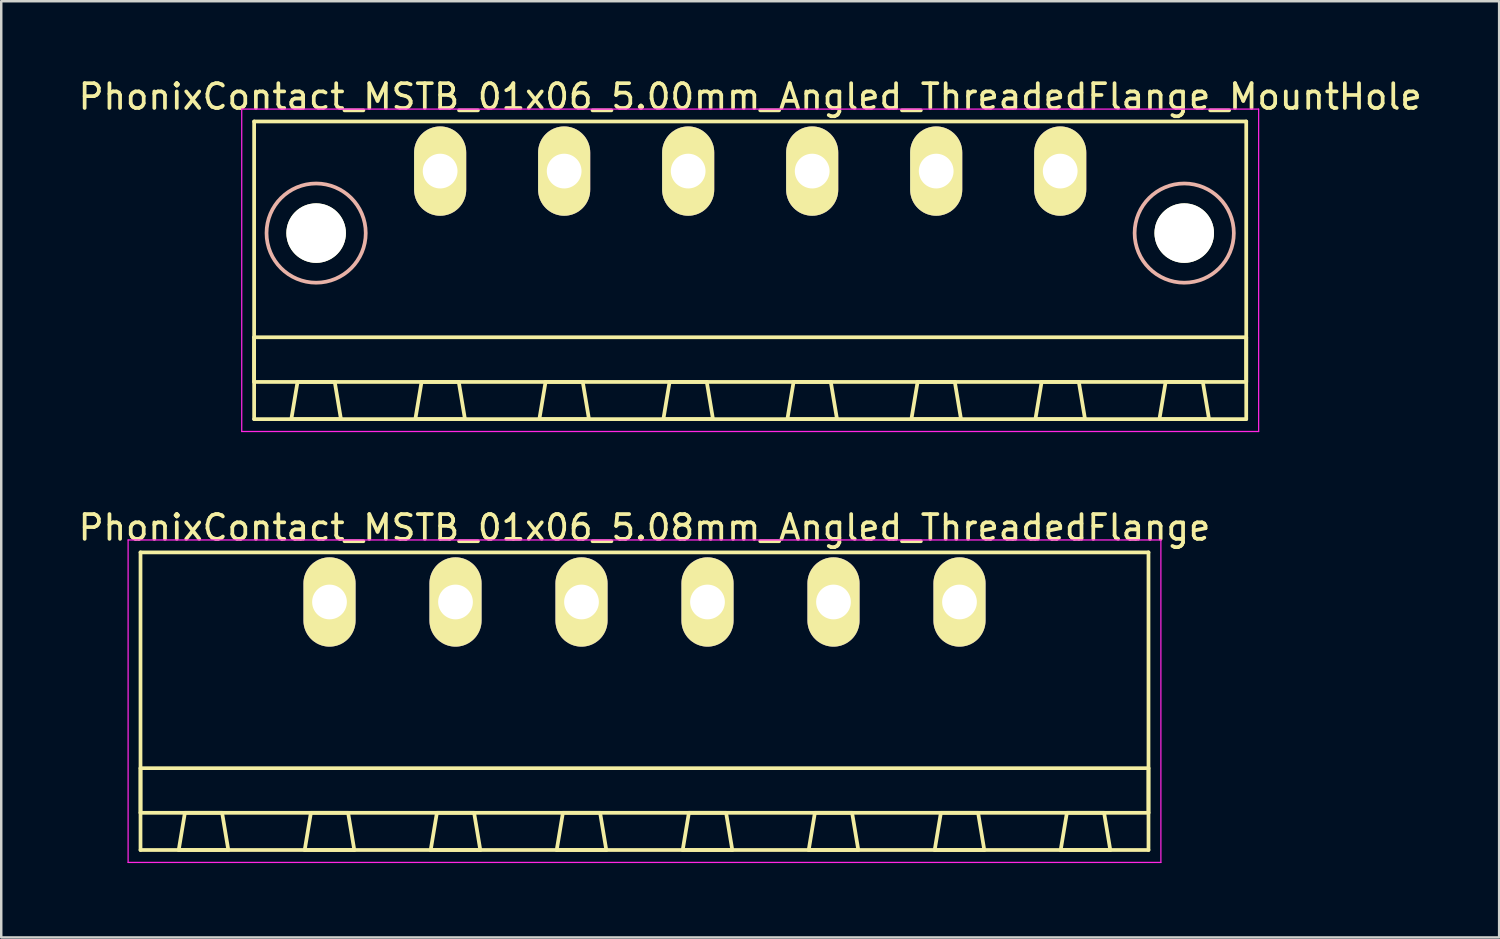
<source format=kicad_pcb>
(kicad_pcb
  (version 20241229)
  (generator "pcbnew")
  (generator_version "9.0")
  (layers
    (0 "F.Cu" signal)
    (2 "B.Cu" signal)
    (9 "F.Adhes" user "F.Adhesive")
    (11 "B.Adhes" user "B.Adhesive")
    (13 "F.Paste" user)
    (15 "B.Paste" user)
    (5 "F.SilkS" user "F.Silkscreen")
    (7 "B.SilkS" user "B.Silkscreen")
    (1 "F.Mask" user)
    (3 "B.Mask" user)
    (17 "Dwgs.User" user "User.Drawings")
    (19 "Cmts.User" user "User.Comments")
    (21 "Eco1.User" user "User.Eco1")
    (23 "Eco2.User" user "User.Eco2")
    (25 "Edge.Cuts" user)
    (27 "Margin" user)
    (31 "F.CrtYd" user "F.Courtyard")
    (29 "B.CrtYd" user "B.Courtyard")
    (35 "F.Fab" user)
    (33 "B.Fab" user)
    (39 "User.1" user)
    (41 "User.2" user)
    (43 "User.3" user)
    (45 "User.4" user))
  (footprint "PhonixContact_MSTB_01x06_5.08mm_Angled_ThreadedFlange"
    (layer "F.Cu")
    (at 10.235 21.221)
    (property "Reference" "PhonixContact_MSTB_01x06_5.08mm_Angled_ThreadedFlange" (at 12.7 -3 0) (layer "F.SilkS") (effects (font (size 1 1) (thickness 0.15))))
    (attr through_hole)
    (fp_line (start -7.62 -2) (end -7.62 10) (stroke (width 0.15) (type solid)) (layer "F.SilkS"))
    (fp_line (start -7.62 6.7) (end 33.02 6.7) (stroke (width 0.15) (type solid)) (layer "F.SilkS"))
    (fp_line (start -7.62 8.5) (end -7.62 6.7) (stroke (width 0.15) (type solid)) (layer "F.SilkS"))
    (fp_line (start -7.62 10) (end 33.02 10) (stroke (width 0.15) (type solid)) (layer "F.SilkS"))
    (fp_line (start -6.08 10) (end -4.08 10) (stroke (width 0.15) (type solid)) (layer "F.SilkS"))
    (fp_line (start -5.83 8.5) (end -6.08 10) (stroke (width 0.15) (type solid)) (layer "F.SilkS"))
    (fp_line (start -4.33 8.5) (end -5.83 8.5) (stroke (width 0.15) (type solid)) (layer "F.SilkS"))
    (fp_line (start -4.08 10) (end -4.33 8.5) (stroke (width 0.15) (type solid)) (layer "F.SilkS"))
    (fp_line (start -1 10) (end 1 10) (stroke (width 0.15) (type solid)) (layer "F.SilkS"))
    (fp_line (start -0.75 8.5) (end -1 10) (stroke (width 0.15) (type solid)) (layer "F.SilkS"))
    (fp_line (start 0.75 8.5) (end -0.75 8.5) (stroke (width 0.15) (type solid)) (layer "F.SilkS"))
    (fp_line (start 1 10) (end 0.75 8.5) (stroke (width 0.15) (type solid)) (layer "F.SilkS"))
    (fp_line (start 4.08 10) (end 6.08 10) (stroke (width 0.15) (type solid)) (layer "F.SilkS"))
    (fp_line (start 4.33 8.5) (end 4.08 10) (stroke (width 0.15) (type solid)) (layer "F.SilkS"))
    (fp_line (start 5.83 8.5) (end 4.33 8.5) (stroke (width 0.15) (type solid)) (layer "F.SilkS"))
    (fp_line (start 6.08 10) (end 5.83 8.5) (stroke (width 0.15) (type solid)) (layer "F.SilkS"))
    (fp_line (start 9.16 10) (end 11.16 10) (stroke (width 0.15) (type solid)) (layer "F.SilkS"))
    (fp_line (start 9.41 8.5) (end 9.16 10) (stroke (width 0.15) (type solid)) (layer "F.SilkS"))
    (fp_line (start 10.91 8.5) (end 9.41 8.5) (stroke (width 0.15) (type solid)) (layer "F.SilkS"))
    (fp_line (start 11.16 10) (end 10.91 8.5) (stroke (width 0.15) (type solid)) (layer "F.SilkS"))
    (fp_line (start 14.24 10) (end 16.24 10) (stroke (width 0.15) (type solid)) (layer "F.SilkS"))
    (fp_line (start 14.49 8.5) (end 14.24 10) (stroke (width 0.15) (type solid)) (layer "F.SilkS"))
    (fp_line (start 15.99 8.5) (end 14.49 8.5) (stroke (width 0.15) (type solid)) (layer "F.SilkS"))
    (fp_line (start 16.24 10) (end 15.99 8.5) (stroke (width 0.15) (type solid)) (layer "F.SilkS"))
    (fp_line (start 19.32 10) (end 21.32 10) (stroke (width 0.15) (type solid)) (layer "F.SilkS"))
    (fp_line (start 19.57 8.5) (end 19.32 10) (stroke (width 0.15) (type solid)) (layer "F.SilkS"))
    (fp_line (start 21.07 8.5) (end 19.57 8.5) (stroke (width 0.15) (type solid)) (layer "F.SilkS"))
    (fp_line (start 21.32 10) (end 21.07 8.5) (stroke (width 0.15) (type solid)) (layer "F.SilkS"))
    (fp_line (start 24.4 10) (end 26.4 10) (stroke (width 0.15) (type solid)) (layer "F.SilkS"))
    (fp_line (start 24.65 8.5) (end 24.4 10) (stroke (width 0.15) (type solid)) (layer "F.SilkS"))
    (fp_line (start 26.15 8.5) (end 24.65 8.5) (stroke (width 0.15) (type solid)) (layer "F.SilkS"))
    (fp_line (start 26.4 10) (end 26.15 8.5) (stroke (width 0.15) (type solid)) (layer "F.SilkS"))
    (fp_line (start 29.48 10) (end 31.48 10) (stroke (width 0.15) (type solid)) (layer "F.SilkS"))
    (fp_line (start 29.73 8.5) (end 29.48 10) (stroke (width 0.15) (type solid)) (layer "F.SilkS"))
    (fp_line (start 31.23 8.5) (end 29.73 8.5) (stroke (width 0.15) (type solid)) (layer "F.SilkS"))
    (fp_line (start 31.48 10) (end 31.23 8.5) (stroke (width 0.15) (type solid)) (layer "F.SilkS"))
    (fp_line (start 33.02 -2) (end -7.62 -2) (stroke (width 0.15) (type solid)) (layer "F.SilkS"))
    (fp_line (start 33.02 6.7) (end 33.02 8.5) (stroke (width 0.15) (type solid)) (layer "F.SilkS"))
    (fp_line (start 33.02 8.5) (end -7.62 8.5) (stroke (width 0.15) (type solid)) (layer "F.SilkS"))
    (fp_line (start 33.02 10) (end 33.02 -2) (stroke (width 0.15) (type solid)) (layer "F.SilkS"))
    (fp_line (start -8.12 -2.5) (end -8.12 10.5) (stroke (width 0.05) (type solid)) (layer "F.CrtYd"))
    (fp_line (start -8.12 10.5) (end 33.52 10.5) (stroke (width 0.05) (type solid)) (layer "F.CrtYd"))
    (fp_line (start 33.52 -2.5) (end -8.12 -2.5) (stroke (width 0.05) (type solid)) (layer "F.CrtYd"))
    (fp_line (start 33.52 10.5) (end 33.52 -2.5) (stroke (width 0.05) (type solid)) (layer "F.CrtYd"))
    (pad "1" thru_hole oval (at 0 0) (size 2.1 3.6) (drill 1.4) (layers "*.Cu" "*.Mask" "F.SilkS"))
    (pad "2" thru_hole oval (at 5.08 0) (size 2.1 3.6) (drill 1.4) (layers "*.Cu" "*.Mask" "F.SilkS"))
    (pad "3" thru_hole oval (at 10.16 0) (size 2.1 3.6) (drill 1.4) (layers "*.Cu" "*.Mask" "F.SilkS"))
    (pad "4" thru_hole oval (at 15.24 0) (size 2.1 3.6) (drill 1.4) (layers "*.Cu" "*.Mask" "F.SilkS"))
    (pad "5" thru_hole oval (at 20.32 0) (size 2.1 3.6) (drill 1.4) (layers "*.Cu" "*.Mask" "F.SilkS"))
    (pad "6" thru_hole oval (at 25.4 0) (size 2.1 3.6) (drill 1.4) (layers "*.Cu" "*.Mask" "F.SilkS")))
  (footprint "PhonixContact_MSTB_01x06_5.00mm_Angled_ThreadedFlange_MountHole"
    (layer "F.Cu")
    (at 14.696 3.848)
    (property "Reference" "PhonixContact_MSTB_01x06_5.00mm_Angled_ThreadedFlange_MountHole" (at 12.5 -3 0) (layer "F.SilkS") (effects (font (size 1 1) (thickness 0.15))))
    (attr through_hole)
    (fp_line (start -7.5 -2) (end -7.5 10) (stroke (width 0.15) (type solid)) (layer "F.SilkS"))
    (fp_line (start -7.5 6.7) (end 32.5 6.7) (stroke (width 0.15) (type solid)) (layer "F.SilkS"))
    (fp_line (start -7.5 8.5) (end -7.5 6.7) (stroke (width 0.15) (type solid)) (layer "F.SilkS"))
    (fp_line (start -7.5 10) (end 32.5 10) (stroke (width 0.15) (type solid)) (layer "F.SilkS"))
    (fp_line (start -6 10) (end -4 10) (stroke (width 0.15) (type solid)) (layer "F.SilkS"))
    (fp_line (start -5.75 8.5) (end -6 10) (stroke (width 0.15) (type solid)) (layer "F.SilkS"))
    (fp_line (start -4.25 8.5) (end -5.75 8.5) (stroke (width 0.15) (type solid)) (layer "F.SilkS"))
    (fp_line (start -4 10) (end -4.25 8.5) (stroke (width 0.15) (type solid)) (layer "F.SilkS"))
    (fp_line (start -1 10) (end 1 10) (stroke (width 0.15) (type solid)) (layer "F.SilkS"))
    (fp_line (start -0.75 8.5) (end -1 10) (stroke (width 0.15) (type solid)) (layer "F.SilkS"))
    (fp_line (start 0.75 8.5) (end -0.75 8.5) (stroke (width 0.15) (type solid)) (layer "F.SilkS"))
    (fp_line (start 1 10) (end 0.75 8.5) (stroke (width 0.15) (type solid)) (layer "F.SilkS"))
    (fp_line (start 4 10) (end 6 10) (stroke (width 0.15) (type solid)) (layer "F.SilkS"))
    (fp_line (start 4.25 8.5) (end 4 10) (stroke (width 0.15) (type solid)) (layer "F.SilkS"))
    (fp_line (start 5.75 8.5) (end 4.25 8.5) (stroke (width 0.15) (type solid)) (layer "F.SilkS"))
    (fp_line (start 6 10) (end 5.75 8.5) (stroke (width 0.15) (type solid)) (layer "F.SilkS"))
    (fp_line (start 9 10) (end 11 10) (stroke (width 0.15) (type solid)) (layer "F.SilkS"))
    (fp_line (start 9.25 8.5) (end 9 10) (stroke (width 0.15) (type solid)) (layer "F.SilkS"))
    (fp_line (start 10.75 8.5) (end 9.25 8.5) (stroke (width 0.15) (type solid)) (layer "F.SilkS"))
    (fp_line (start 11 10) (end 10.75 8.5) (stroke (width 0.15) (type solid)) (layer "F.SilkS"))
    (fp_line (start 14 10) (end 16 10) (stroke (width 0.15) (type solid)) (layer "F.SilkS"))
    (fp_line (start 14.25 8.5) (end 14 10) (stroke (width 0.15) (type solid)) (layer "F.SilkS"))
    (fp_line (start 15.75 8.5) (end 14.25 8.5) (stroke (width 0.15) (type solid)) (layer "F.SilkS"))
    (fp_line (start 16 10) (end 15.75 8.5) (stroke (width 0.15) (type solid)) (layer "F.SilkS"))
    (fp_line (start 19 10) (end 21 10) (stroke (width 0.15) (type solid)) (layer "F.SilkS"))
    (fp_line (start 19.25 8.5) (end 19 10) (stroke (width 0.15) (type solid)) (layer "F.SilkS"))
    (fp_line (start 20.75 8.5) (end 19.25 8.5) (stroke (width 0.15) (type solid)) (layer "F.SilkS"))
    (fp_line (start 21 10) (end 20.75 8.5) (stroke (width 0.15) (type solid)) (layer "F.SilkS"))
    (fp_line (start 24 10) (end 26 10) (stroke (width 0.15) (type solid)) (layer "F.SilkS"))
    (fp_line (start 24.25 8.5) (end 24 10) (stroke (width 0.15) (type solid)) (layer "F.SilkS"))
    (fp_line (start 25.75 8.5) (end 24.25 8.5) (stroke (width 0.15) (type solid)) (layer "F.SilkS"))
    (fp_line (start 26 10) (end 25.75 8.5) (stroke (width 0.15) (type solid)) (layer "F.SilkS"))
    (fp_line (start 29 10) (end 31 10) (stroke (width 0.15) (type solid)) (layer "F.SilkS"))
    (fp_line (start 29.25 8.5) (end 29 10) (stroke (width 0.15) (type solid)) (layer "F.SilkS"))
    (fp_line (start 30.75 8.5) (end 29.25 8.5) (stroke (width 0.15) (type solid)) (layer "F.SilkS"))
    (fp_line (start 31 10) (end 30.75 8.5) (stroke (width 0.15) (type solid)) (layer "F.SilkS"))
    (fp_line (start 32.5 -2) (end -7.5 -2) (stroke (width 0.15) (type solid)) (layer "F.SilkS"))
    (fp_line (start 32.5 6.7) (end 32.5 8.5) (stroke (width 0.15) (type solid)) (layer "F.SilkS"))
    (fp_line (start 32.5 8.5) (end -7.5 8.5) (stroke (width 0.15) (type solid)) (layer "F.SilkS"))
    (fp_line (start 32.5 10) (end 32.5 -2) (stroke (width 0.15) (type solid)) (layer "F.SilkS"))
    (fp_circle (center -5 2.5) (end -3 2.5) (stroke (width 0.15) (type solid)) (fill no) (layer "B.SilkS"))
    (fp_circle (center 30 2.5) (end 32 2.5) (stroke (width 0.15) (type solid)) (fill no) (layer "B.SilkS"))
    (fp_line (start -8 -2.5) (end -8 10.5) (stroke (width 0.05) (type solid)) (layer "F.CrtYd"))
    (fp_line (start -8 10.5) (end 33 10.5) (stroke (width 0.05) (type solid)) (layer "F.CrtYd"))
    (fp_line (start 33 -2.5) (end -8 -2.5) (stroke (width 0.05) (type solid)) (layer "F.CrtYd"))
    (fp_line (start 33 10.5) (end 33 -2.5) (stroke (width 0.05) (type solid)) (layer "F.CrtYd"))
    (pad "" np_thru_hole circle (at -5 2.5) (size 2.4 2.4) (drill 2.4) (layers "*.Cu" "*.Mask" "F.SilkS"))
    (pad "" np_thru_hole circle (at 30 2.5) (size 2.4 2.4) (drill 2.4) (layers "*.Cu" "*.Mask" "F.SilkS"))
    (pad "1" thru_hole oval (at 0 0) (size 2.1 3.6) (drill 1.4) (layers "*.Cu" "*.Mask" "F.SilkS"))
    (pad "2" thru_hole oval (at 5 0) (size 2.1 3.6) (drill 1.4) (layers "*.Cu" "*.Mask" "F.SilkS"))
    (pad "3" thru_hole oval (at 10 0) (size 2.1 3.6) (drill 1.4) (layers "*.Cu" "*.Mask" "F.SilkS"))
    (pad "4" thru_hole oval (at 15 0) (size 2.1 3.6) (drill 1.4) (layers "*.Cu" "*.Mask" "F.SilkS"))
    (pad "5" thru_hole oval (at 20 0) (size 2.1 3.6) (drill 1.4) (layers "*.Cu" "*.Mask" "F.SilkS"))
    (pad "6" thru_hole oval (at 25 0) (size 2.1 3.6) (drill 1.4) (layers "*.Cu" "*.Mask" "F.SilkS")))
  (gr_rect
    (start -3 -3)
    (end 57.393 34.746)
    (stroke (width 0.1) (type default))
    (fill no)
    (layer "Edge.Cuts")))
</source>
